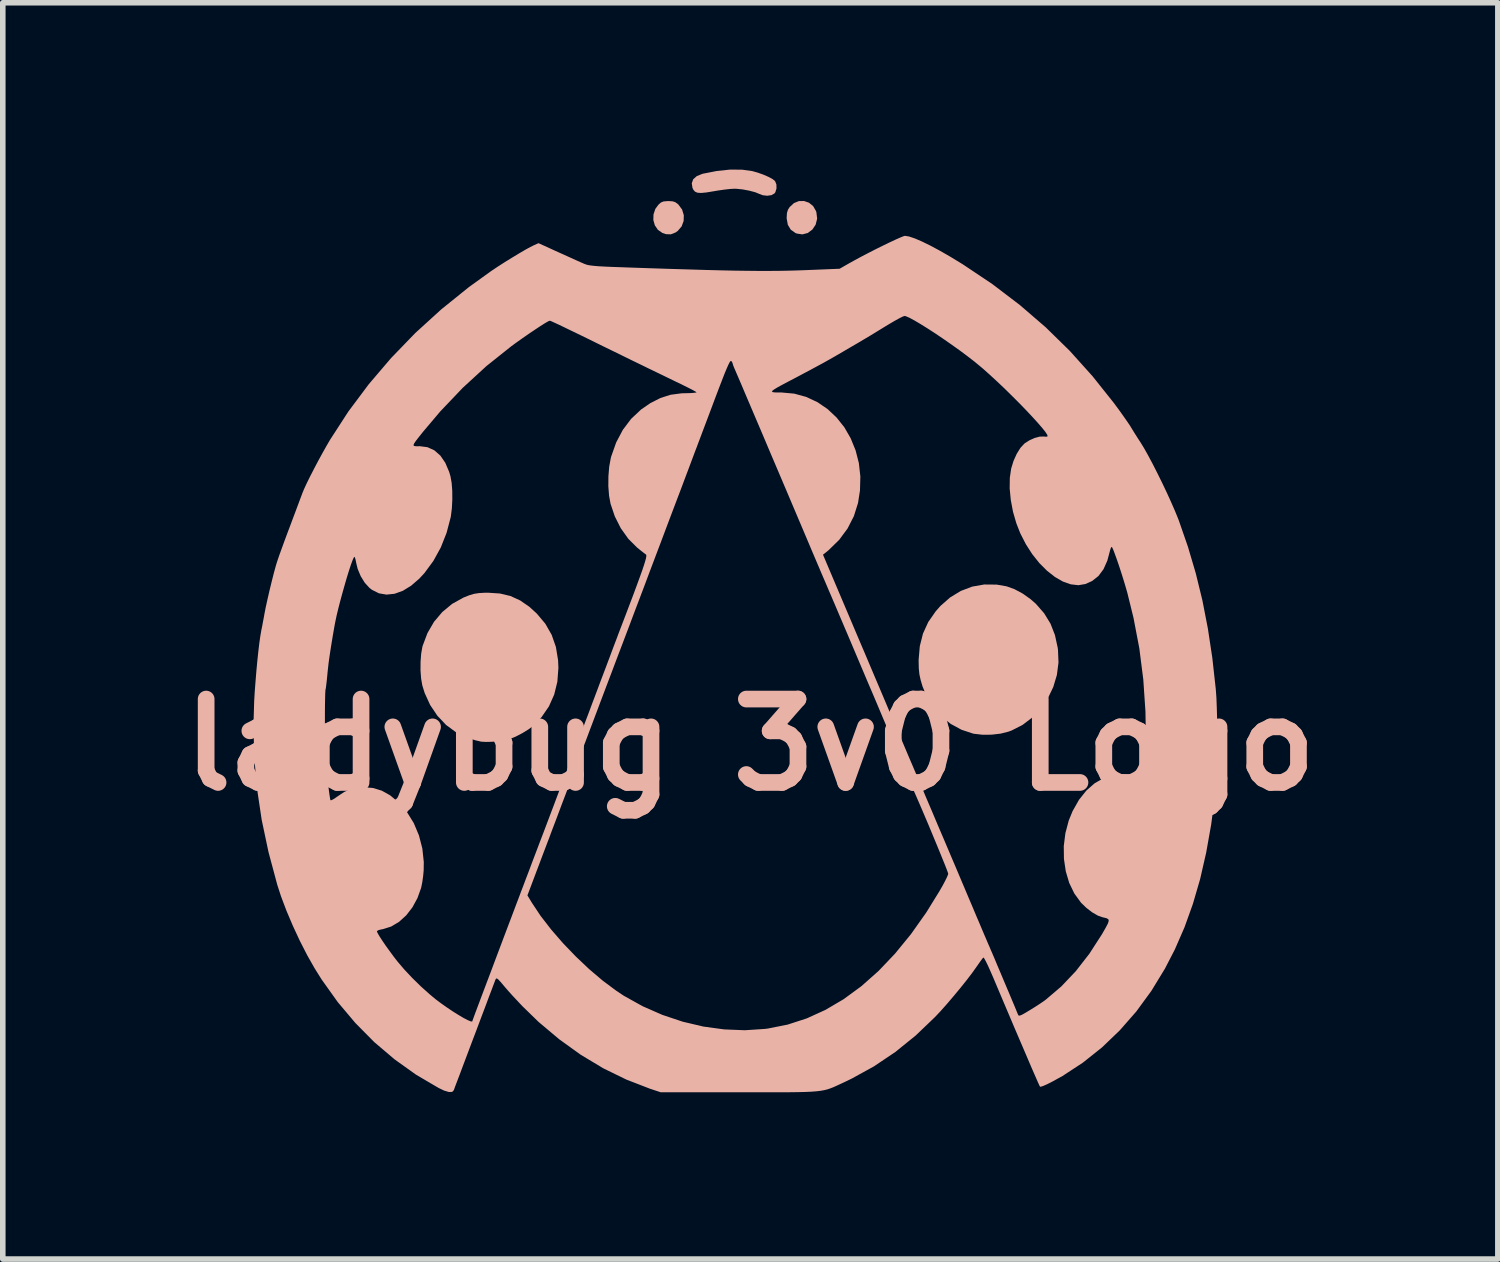
<source format=kicad_pcb>
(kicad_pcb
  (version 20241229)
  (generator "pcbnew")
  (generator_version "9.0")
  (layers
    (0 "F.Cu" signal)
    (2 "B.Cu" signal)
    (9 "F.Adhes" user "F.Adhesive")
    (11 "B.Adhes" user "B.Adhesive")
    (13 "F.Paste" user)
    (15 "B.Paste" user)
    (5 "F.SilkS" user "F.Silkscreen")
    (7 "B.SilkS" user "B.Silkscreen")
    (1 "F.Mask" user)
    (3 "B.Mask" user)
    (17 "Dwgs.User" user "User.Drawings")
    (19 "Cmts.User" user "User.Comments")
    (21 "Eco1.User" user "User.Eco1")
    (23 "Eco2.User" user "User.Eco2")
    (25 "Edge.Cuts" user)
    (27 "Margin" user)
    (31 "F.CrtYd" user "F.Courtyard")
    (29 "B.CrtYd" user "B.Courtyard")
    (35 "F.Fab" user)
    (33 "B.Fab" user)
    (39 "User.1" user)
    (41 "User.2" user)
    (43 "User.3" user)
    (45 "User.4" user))
  (footprint "ladybug 3v0 Logo"
    (layer "F.Cu")
    (at 10.443 10.343)
    (property "Reference" "ladybug 3v0 Logo" (at 0 0 0) (layer "B.SilkS") (effects (font (size 1.5 1.5) (thickness 0.3))))
    (attr board_only exclude_from_pos_files exclude_from_bom)
    (fp_poly (pts (xy 1.054 -9.748) (xy 1.129 -9.688) (xy 1.181 -9.598) (xy 1.188 -9.577) (xy 1.202 -9.462) (xy 1.175 -9.353) (xy 1.116 -9.265) (xy 1.033 -9.203) (xy 0.936 -9.178) (xy 0.836 -9.193) (xy 0.813 -9.202) (xy 0.728 -9.262) (xy 0.675 -9.349) (xy 0.654 -9.463) (xy 0.654 -9.481) (xy 0.659 -9.563) (xy 0.678 -9.624) (xy 0.708 -9.67) (xy 0.785 -9.741) (xy 0.874 -9.777) (xy 0.966 -9.778)) (stroke (width 0) (type solid)) (fill yes) (layer "B.SilkS"))
    (fp_poly (pts (xy -1.399 -9.773) (xy -1.349 -9.757) (xy -1.304 -9.724) (xy -1.293 -9.714) (xy -1.227 -9.625) (xy -1.196 -9.523) (xy -1.199 -9.42) (xy -1.235 -9.322) (xy -1.304 -9.241) (xy -1.341 -9.214) (xy -1.428 -9.179) (xy -1.517 -9.182) (xy -1.58 -9.203) (xy -1.662 -9.26) (xy -1.717 -9.341) (xy -1.744 -9.437) (xy -1.741 -9.538) (xy -1.708 -9.636) (xy -1.653 -9.711) (xy -1.608 -9.751) (xy -1.563 -9.77) (xy -1.499 -9.776) (xy -1.473 -9.777)) (stroke (width 0) (type solid)) (fill yes) (layer "B.SilkS"))
    (fp_poly (pts (xy -0.15 -10.342) (xy 0.032 -10.317) (xy 0.129 -10.29) (xy 0.23 -10.254) (xy 0.323 -10.214) (xy 0.398 -10.174) (xy 0.443 -10.139) (xy 0.444 -10.138) (xy 0.469 -10.078) (xy 0.471 -10.004) (xy 0.45 -9.936) (xy 0.435 -9.915) (xy 0.381 -9.884) (xy 0.306 -9.873) (xy 0.224 -9.882) (xy 0.166 -9.904) (xy 0.088 -9.936) (xy -0.018 -9.964) (xy -0.134 -9.986) (xy -0.246 -9.998) (xy -0.286 -9.999) (xy -0.36 -9.995) (xy -0.46 -9.984) (xy -0.573 -9.968) (xy -0.662 -9.953) (xy -0.79 -9.932) (xy -0.884 -9.923) (xy -0.95 -9.927) (xy -0.995 -9.947) (xy -1.025 -9.982) (xy -1.04 -10.014) (xy -1.053 -10.097) (xy -1.027 -10.169) (xy -0.963 -10.226) (xy -0.864 -10.266) (xy -0.853 -10.269) (xy -0.603 -10.318) (xy -0.366 -10.343)) (stroke (width 0) (type solid)) (fill yes) (layer "B.SilkS"))
    (fp_poly (pts (xy 4.43 -2.88) (xy 4.608 -2.849) (xy 4.748 -2.799) (xy 4.896 -2.72) (xy 5.039 -2.619) (xy 5.136 -2.534) (xy 5.285 -2.363) (xy 5.398 -2.178) (xy 5.478 -1.974) (xy 5.528 -1.744) (xy 5.533 -1.705) (xy 5.542 -1.478) (xy 5.513 -1.254) (xy 5.448 -1.038) (xy 5.351 -0.836) (xy 5.225 -0.652) (xy 5.072 -0.491) (xy 4.896 -0.357) (xy 4.7 -0.257) (xy 4.644 -0.236) (xy 4.501 -0.2) (xy 4.338 -0.181) (xy 4.174 -0.18) (xy 4.026 -0.197) (xy 4.008 -0.2) (xy 3.797 -0.27) (xy 3.604 -0.375) (xy 3.432 -0.514) (xy 3.286 -0.681) (xy 3.169 -0.874) (xy 3.097 -1.049) (xy 3.063 -1.164) (xy 3.041 -1.265) (xy 3.03 -1.371) (xy 3.027 -1.498) (xy 3.027 -1.529) (xy 3.048 -1.773) (xy 3.105 -1.999) (xy 3.2 -2.207) (xy 3.335 -2.401) (xy 3.419 -2.496) (xy 3.593 -2.649) (xy 3.785 -2.766) (xy 3.991 -2.844) (xy 4.207 -2.882)) (stroke (width 0) (type solid)) (fill yes) (layer "B.SilkS"))
    (fp_poly (pts (xy -4.503 -2.72) (xy -4.314 -2.675) (xy -4.139 -2.595) (xy -3.971 -2.479) (xy -3.838 -2.357) (xy -3.686 -2.176) (xy -3.572 -1.976) (xy -3.496 -1.758) (xy -3.457 -1.52) (xy -3.451 -1.382) (xy -3.47 -1.133) (xy -3.527 -0.902) (xy -3.622 -0.689) (xy -3.755 -0.496) (xy -3.898 -0.346) (xy -3.985 -0.279) (xy -4.097 -0.21) (xy -4.218 -0.147) (xy -4.332 -0.1) (xy -4.375 -0.087) (xy -4.45 -0.072) (xy -4.549 -0.061) (xy -4.657 -0.053) (xy -4.757 -0.051) (xy -4.833 -0.055) (xy -4.841 -0.056) (xy -4.944 -0.08) (xy -5.064 -0.119) (xy -5.184 -0.168) (xy -5.283 -0.219) (xy -5.288 -0.221) (xy -5.47 -0.355) (xy -5.627 -0.521) (xy -5.757 -0.714) (xy -5.856 -0.93) (xy -5.899 -1.069) (xy -5.92 -1.191) (xy -5.931 -1.337) (xy -5.93 -1.491) (xy -5.919 -1.638) (xy -5.897 -1.762) (xy -5.892 -1.78) (xy -5.806 -2.008) (xy -5.688 -2.211) (xy -5.539 -2.387) (xy -5.363 -2.533) (xy -5.16 -2.646) (xy -5.052 -2.689) (xy -4.968 -2.714) (xy -4.876 -2.728) (xy -4.763 -2.734) (xy -4.714 -2.734)) (stroke (width 0) (type solid)) (fill yes) (layer "B.SilkS"))
    (fp_poly (pts (xy 2.855 -9.14) (xy 2.959 -9.105) (xy 3.089 -9.049) (xy 3.242 -8.974) (xy 3.413 -8.882) (xy 3.599 -8.775) (xy 3.796 -8.655) (xy 3.824 -8.638) (xy 4.354 -8.283) (xy 4.848 -7.907) (xy 5.311 -7.508) (xy 5.745 -7.083) (xy 6.154 -6.628) (xy 6.542 -6.141) (xy 6.548 -6.132) (xy 6.629 -6.023) (xy 6.706 -5.915) (xy 6.776 -5.815) (xy 6.83 -5.735) (xy 6.852 -5.698) (xy 6.907 -5.609) (xy 6.967 -5.514) (xy 7.013 -5.444) (xy 7.074 -5.345) (xy 7.148 -5.214) (xy 7.231 -5.059) (xy 7.318 -4.888) (xy 7.407 -4.708) (xy 7.493 -4.527) (xy 7.572 -4.353) (xy 7.642 -4.192) (xy 7.698 -4.054) (xy 7.705 -4.036) (xy 7.87 -3.56) (xy 8.011 -3.083) (xy 8.13 -2.596) (xy 8.228 -2.092) (xy 8.308 -1.565) (xy 8.37 -1.005) (xy 8.371 -0.996) (xy 8.382 -0.844) (xy 8.389 -0.66) (xy 8.395 -0.452) (xy 8.397 -0.23) (xy 8.396 -0.001) (xy 8.393 0.225) (xy 8.387 0.44) (xy 8.379 0.635) (xy 8.368 0.803) (xy 8.359 0.89) (xy 8.288 1.433) (xy 8.198 1.94) (xy 8.089 2.416) (xy 7.959 2.862) (xy 7.808 3.283) (xy 7.634 3.682) (xy 7.457 4.025) (xy 7.213 4.425) (xy 6.942 4.796) (xy 6.644 5.136) (xy 6.323 5.444) (xy 5.979 5.718) (xy 5.614 5.957) (xy 5.414 6.067) (xy 5.333 6.107) (xy 5.267 6.136) (xy 5.222 6.15) (xy 5.21 6.149) (xy 5.198 6.126) (xy 5.171 6.067) (xy 5.131 5.975) (xy 5.077 5.852) (xy 5.012 5.701) (xy 4.937 5.525) (xy 4.852 5.327) (xy 4.759 5.11) (xy 4.66 4.876) (xy 4.555 4.629) (xy 4.446 4.371) (xy 4.365 4.179) (xy 4.315 4.065) (xy 4.271 3.967) (xy 4.233 3.89) (xy 4.206 3.841) (xy 4.192 3.825) (xy 4.192 3.826) (xy 4.172 3.847) (xy 4.136 3.896) (xy 4.089 3.963) (xy 4.063 4) (xy 3.989 4.104) (xy 3.892 4.231) (xy 3.78 4.371) (xy 3.659 4.517) (xy 3.537 4.66) (xy 3.42 4.792) (xy 3.322 4.896) (xy 2.975 5.228) (xy 2.608 5.525) (xy 2.223 5.784) (xy 1.823 6.004) (xy 1.705 6.061) (xy 1.628 6.097) (xy 1.561 6.128) (xy 1.502 6.155) (xy 1.446 6.177) (xy 1.391 6.196) (xy 1.331 6.211) (xy 1.265 6.223) (xy 1.188 6.232) (xy 1.097 6.239) (xy 0.987 6.244) (xy 0.857 6.247) (xy 0.701 6.249) (xy 0.517 6.25) (xy 0.3 6.25) (xy 0.048 6.249) (xy -0.193 6.249) (xy -1.614 6.249) (xy -1.806 6.185) (xy -2.23 6.021) (xy -2.645 5.818) (xy -3.048 5.576) (xy -3.436 5.297) (xy -3.807 4.985) (xy -4.101 4.699) (xy -4.189 4.605) (xy -4.279 4.509) (xy -4.359 4.42) (xy -4.42 4.349) (xy -4.427 4.341) (xy -4.489 4.267) (xy -4.53 4.223) (xy -4.556 4.203) (xy -4.572 4.205) (xy -4.583 4.225) (xy -4.586 4.231) (xy -4.596 4.258) (xy -4.62 4.321) (xy -4.655 4.415) (xy -4.701 4.535) (xy -4.754 4.678) (xy -4.815 4.839) (xy -4.881 5.014) (xy -4.919 5.116) (xy -4.989 5.3) (xy -5.055 5.475) (xy -5.116 5.637) (xy -5.17 5.78) (xy -5.215 5.901) (xy -5.25 5.993) (xy -5.273 6.053) (xy -5.279 6.069) (xy -5.305 6.137) (xy -5.325 6.192) (xy -5.332 6.212) (xy -5.361 6.243) (xy -5.42 6.245) (xy -5.507 6.219) (xy -5.605 6.172) (xy -6.012 5.933) (xy -6.398 5.657) (xy -6.763 5.347) (xy -7.103 5.003) (xy -7.419 4.628) (xy -7.708 4.223) (xy -7.834 4.022) (xy -7.968 3.786) (xy -8.101 3.526) (xy -8.227 3.255) (xy -8.342 2.984) (xy -8.44 2.724) (xy -8.506 2.521) (xy -8.665 1.928) (xy -8.787 1.35) (xy -8.872 0.781) (xy -8.921 0.216) (xy -8.935 -0.349) (xy -8.934 -0.387) (xy -7.65 -0.387) (xy -7.65 -0.174) (xy -7.647 0.006) (xy -7.642 0.163) (xy -7.633 0.307) (xy -7.621 0.448) (xy -7.607 0.59) (xy -7.592 0.715) (xy -7.578 0.825) (xy -7.566 0.913) (xy -7.556 0.973) (xy -7.551 0.998) (xy -7.53 0.996) (xy -7.485 0.972) (xy -7.429 0.933) (xy -7.303 0.849) (xy -7.184 0.795) (xy -7.061 0.768) (xy -6.953 0.763) (xy -6.782 0.778) (xy -6.627 0.826) (xy -6.478 0.909) (xy -6.33 1.032) (xy -6.327 1.035) (xy -6.176 1.208) (xy -6.052 1.409) (xy -5.959 1.63) (xy -5.898 1.866) (xy -5.872 2.109) (xy -5.874 2.259) (xy -5.884 2.365) (xy -5.899 2.472) (xy -5.917 2.561) (xy -5.92 2.574) (xy -5.986 2.758) (xy -6.077 2.925) (xy -6.189 3.069) (xy -6.317 3.185) (xy -6.458 3.269) (xy -6.607 3.316) (xy -6.632 3.32) (xy -6.685 3.333) (xy -6.714 3.351) (xy -6.715 3.357) (xy -6.703 3.386) (xy -6.67 3.443) (xy -6.62 3.52) (xy -6.558 3.611) (xy -6.488 3.708) (xy -6.416 3.806) (xy -6.345 3.898) (xy -6.345 3.898) (xy -6.224 4.04) (xy -6.079 4.194) (xy -5.923 4.347) (xy -5.767 4.487) (xy -5.66 4.576) (xy -5.56 4.651) (xy -5.455 4.725) (xy -5.349 4.796) (xy -5.248 4.859) (xy -5.157 4.913) (xy -5.082 4.952) (xy -5.028 4.975) (xy -5.001 4.977) (xy -5 4.973) (xy -4.993 4.952) (xy -4.975 4.903) (xy -4.96 4.862) (xy -4.937 4.8) (xy -4.902 4.707) (xy -4.857 4.587) (xy -4.804 4.446) (xy -4.744 4.287) (xy -4.679 4.116) (xy -4.612 3.937) (xy -4.544 3.756) (xy -4.476 3.576) (xy -4.411 3.403) (xy -4.35 3.242) (xy -4.295 3.097) (xy -4.248 2.973) (xy -4.211 2.874) (xy -4.185 2.806) (xy -4.173 2.775) (xy -4.157 2.732) (xy -4.148 2.709) (xy -4.008 2.709) (xy -3.927 2.843) (xy -3.771 3.078) (xy -3.582 3.322) (xy -3.369 3.568) (xy -3.138 3.808) (xy -2.897 4.036) (xy -2.653 4.243) (xy -2.413 4.422) (xy -2.278 4.512) (xy -1.939 4.701) (xy -1.584 4.857) (xy -1.217 4.98) (xy -0.844 5.068) (xy -0.469 5.119) (xy -0.098 5.134) (xy 0.264 5.11) (xy 0.318 5.103) (xy 0.67 5.033) (xy 1.015 4.921) (xy 1.351 4.768) (xy 1.679 4.575) (xy 1.997 4.342) (xy 2.305 4.069) (xy 2.602 3.757) (xy 2.889 3.406) (xy 3.164 3.017) (xy 3.4 2.635) (xy 3.457 2.536) (xy 3.504 2.447) (xy 3.539 2.376) (xy 3.557 2.33) (xy 3.559 2.32) (xy 3.551 2.294) (xy 3.529 2.234) (xy 3.494 2.145) (xy 3.448 2.032) (xy 3.395 1.901) (xy 3.335 1.756) (xy 3.271 1.602) (xy 3.206 1.445) (xy 3.14 1.29) (xy 3.077 1.142) (xy 3.018 1.005) (xy 2.966 0.886) (xy 2.944 0.837) (xy 2.933 0.809) (xy 2.906 0.746) (xy 2.866 0.653) (xy 2.815 0.533) (xy 2.754 0.389) (xy 2.686 0.228) (xy 2.611 0.051) (xy 2.54 -0.117) (xy 2.468 -0.287) (xy 2.388 -0.475) (xy 2.303 -0.677) (xy 2.214 -0.888) (xy 2.121 -1.105) (xy 2.028 -1.325) (xy 1.936 -1.542) (xy 1.846 -1.755) (xy 1.76 -1.958) (xy 1.679 -2.148) (xy 1.605 -2.322) (xy 1.54 -2.475) (xy 1.485 -2.604) (xy 1.442 -2.705) (xy 1.412 -2.774) (xy 1.398 -2.807) (xy 1.387 -2.833) (xy 1.374 -2.864) (xy 1.357 -2.904) (xy 1.335 -2.955) (xy 1.307 -3.02) (xy 1.271 -3.104) (xy 1.227 -3.208) (xy 1.172 -3.337) (xy 1.106 -3.492) (xy 1.027 -3.679) (xy 0.934 -3.899) (xy 0.858 -4.078) (xy 0.675 -4.51) (xy 0.508 -4.903) (xy 0.357 -5.258) (xy 0.223 -5.575) (xy 0.104 -5.854) (xy 0.001 -6.096) (xy -0.086 -6.3) (xy -0.107 -6.35) (xy 0.389 -6.35) (xy 0.404 -6.341) (xy 0.441 -6.336) (xy 0.497 -6.335) (xy 0.561 -6.335) (xy 0.791 -6.314) (xy 1.006 -6.255) (xy 1.207 -6.161) (xy 1.389 -6.037) (xy 1.551 -5.885) (xy 1.691 -5.709) (xy 1.805 -5.511) (xy 1.893 -5.295) (xy 1.952 -5.065) (xy 1.979 -4.823) (xy 1.972 -4.572) (xy 1.937 -4.348) (xy 1.862 -4.11) (xy 1.749 -3.889) (xy 1.598 -3.685) (xy 1.409 -3.5) (xy 1.358 -3.458) (xy 1.307 -3.418) (xy 1.594 -2.741) (xy 1.669 -2.564) (xy 1.757 -2.357) (xy 1.853 -2.13) (xy 1.954 -1.892) (xy 2.056 -1.653) (xy 2.154 -1.421) (xy 2.244 -1.208) (xy 2.321 -1.027) (xy 2.393 -0.857) (xy 2.458 -0.703) (xy 2.515 -0.568) (xy 2.563 -0.457) (xy 2.598 -0.373) (xy 2.62 -0.322) (xy 2.626 -0.307) (xy 2.631 -0.296) (xy 2.637 -0.284) (xy 2.643 -0.269) (xy 2.653 -0.247) (xy 2.667 -0.214) (xy 2.686 -0.169) (xy 2.713 -0.106) (xy 2.748 -0.024) (xy 2.793 0.082) (xy 2.849 0.215) (xy 2.919 0.378) (xy 3.002 0.574) (xy 3.069 0.731) (xy 3.159 0.944) (xy 3.262 1.185) (xy 3.372 1.446) (xy 3.487 1.715) (xy 3.6 1.982) (xy 3.709 2.238) (xy 3.808 2.473) (xy 3.824 2.51) (xy 3.921 2.74) (xy 4.003 2.933) (xy 4.071 3.095) (xy 4.128 3.228) (xy 4.173 3.335) (xy 4.209 3.42) (xy 4.238 3.487) (xy 4.26 3.539) (xy 4.277 3.579) (xy 4.291 3.611) (xy 4.301 3.633) (xy 4.321 3.681) (xy 4.354 3.757) (xy 4.397 3.858) (xy 4.446 3.976) (xy 4.501 4.105) (xy 4.558 4.241) (xy 4.615 4.376) (xy 4.67 4.506) (xy 4.719 4.623) (xy 4.761 4.723) (xy 4.792 4.799) (xy 4.811 4.845) (xy 4.816 4.856) (xy 4.826 4.87) (xy 4.846 4.871) (xy 4.884 4.856) (xy 4.945 4.822) (xy 5.023 4.775) (xy 5.117 4.717) (xy 5.208 4.658) (xy 5.284 4.606) (xy 5.315 4.583) (xy 5.592 4.347) (xy 5.853 4.072) (xy 6.096 3.76) (xy 6.321 3.412) (xy 6.387 3.297) (xy 6.429 3.218) (xy 6.446 3.167) (xy 6.438 3.137) (xy 6.402 3.118) (xy 6.337 3.103) (xy 6.249 3.072) (xy 6.147 3.013) (xy 6.043 2.933) (xy 5.947 2.84) (xy 5.827 2.675) (xy 5.735 2.485) (xy 5.673 2.276) (xy 5.64 2.053) (xy 5.637 1.822) (xy 5.666 1.591) (xy 5.726 1.364) (xy 5.795 1.195) (xy 5.91 0.991) (xy 6.043 0.824) (xy 6.192 0.693) (xy 6.356 0.599) (xy 6.533 0.545) (xy 6.694 0.53) (xy 6.799 0.538) (xy 6.904 0.558) (xy 6.993 0.587) (xy 7.049 0.619) (xy 7.081 0.631) (xy 7.092 0.626) (xy 7.096 0.602) (xy 7.1 0.541) (xy 7.105 0.448) (xy 7.108 0.329) (xy 7.112 0.19) (xy 7.114 0.036) (xy 7.115 0.003) (xy 7.106 -0.596) (xy 7.067 -1.173) (xy 6.996 -1.732) (xy 6.891 -2.282) (xy 6.78 -2.733) (xy 6.747 -2.847) (xy 6.71 -2.97) (xy 6.67 -3.097) (xy 6.63 -3.22) (xy 6.591 -3.333) (xy 6.556 -3.43) (xy 6.528 -3.504) (xy 6.507 -3.549) (xy 6.499 -3.559) (xy 6.484 -3.541) (xy 6.471 -3.501) (xy 6.42 -3.31) (xy 6.351 -3.156) (xy 6.261 -3.035) (xy 6.149 -2.946) (xy 6.029 -2.891) (xy 5.9 -2.869) (xy 5.763 -2.885) (xy 5.621 -2.935) (xy 5.477 -3.018) (xy 5.336 -3.129) (xy 5.199 -3.266) (xy 5.071 -3.426) (xy 4.956 -3.605) (xy 4.855 -3.802) (xy 4.784 -3.983) (xy 4.724 -4.19) (xy 4.684 -4.403) (xy 4.664 -4.611) (xy 4.667 -4.803) (xy 4.691 -4.966) (xy 4.733 -5.103) (xy 4.79 -5.23) (xy 4.857 -5.338) (xy 4.928 -5.415) (xy 4.934 -5.42) (xy 5.02 -5.475) (xy 5.114 -5.517) (xy 5.204 -5.541) (xy 5.275 -5.543) (xy 5.276 -5.543) (xy 5.322 -5.539) (xy 5.347 -5.547) (xy 5.34 -5.574) (xy 5.306 -5.626) (xy 5.247 -5.7) (xy 5.167 -5.792) (xy 5.07 -5.899) (xy 4.959 -6.017) (xy 4.838 -6.142) (xy 4.709 -6.271) (xy 4.577 -6.401) (xy 4.444 -6.527) (xy 4.314 -6.647) (xy 4.191 -6.757) (xy 4.14 -6.8) (xy 4.03 -6.891) (xy 3.903 -6.989) (xy 3.765 -7.092) (xy 3.619 -7.196) (xy 3.471 -7.299) (xy 3.326 -7.397) (xy 3.187 -7.487) (xy 3.06 -7.566) (xy 2.95 -7.631) (xy 2.861 -7.679) (xy 2.798 -7.706) (xy 2.773 -7.711) (xy 2.741 -7.7) (xy 2.681 -7.67) (xy 2.599 -7.625) (xy 2.502 -7.568) (xy 2.429 -7.524) (xy 2.305 -7.448) (xy 2.171 -7.366) (xy 2.04 -7.288) (xy 1.927 -7.221) (xy 1.896 -7.203) (xy 1.786 -7.139) (xy 1.67 -7.071) (xy 1.562 -7.008) (xy 1.493 -6.968) (xy 1.424 -6.929) (xy 1.326 -6.874) (xy 1.206 -6.809) (xy 1.073 -6.737) (xy 0.935 -6.664) (xy 0.879 -6.634) (xy 0.717 -6.549) (xy 0.59 -6.482) (xy 0.496 -6.431) (xy 0.433 -6.393) (xy 0.398 -6.367) (xy 0.389 -6.35) (xy -0.107 -6.35) (xy -0.157 -6.468) (xy -0.213 -6.599) (xy -0.254 -6.694) (xy -0.279 -6.753) (xy -0.288 -6.772) (xy -0.308 -6.823) (xy -0.318 -6.857) (xy -0.318 -6.859) (xy -0.332 -6.889) (xy -0.345 -6.902) (xy -0.355 -6.901) (xy -0.371 -6.88) (xy -0.393 -6.837) (xy -0.423 -6.77) (xy -0.463 -6.674) (xy -0.512 -6.548) (xy -0.574 -6.387) (xy -0.647 -6.194) (xy -0.711 -6.023) (xy -0.772 -5.861) (xy -0.828 -5.713) (xy -0.877 -5.583) (xy -0.916 -5.479) (xy -0.945 -5.403) (xy -0.959 -5.364) (xy -0.989 -5.287) (xy -1.017 -5.212) (xy -1.025 -5.19) (xy -1.062 -5.092) (xy -1.112 -4.958) (xy -1.174 -4.794) (xy -1.246 -4.602) (xy -1.327 -4.389) (xy -1.415 -4.157) (xy -1.508 -3.911) (xy -1.604 -3.655) (xy -1.703 -3.394) (xy -1.802 -3.132) (xy -1.899 -2.873) (xy -1.994 -2.622) (xy -2.085 -2.383) (xy -2.169 -2.159) (xy -2.246 -1.956) (xy -2.309 -1.79) (xy -2.389 -1.58) (xy -2.464 -1.381) (xy -2.534 -1.196) (xy -2.598 -1.028) (xy -2.653 -0.882) (xy -2.699 -0.761) (xy -2.733 -0.67) (xy -2.755 -0.612) (xy -2.762 -0.593) (xy -2.775 -0.559) (xy -2.801 -0.49) (xy -2.839 -0.389) (xy -2.888 -0.26) (xy -2.945 -0.108) (xy -3.01 0.063) (xy -3.08 0.25) (xy -3.155 0.448) (xy -3.178 0.508) (xy -3.253 0.709) (xy -3.325 0.9) (xy -3.392 1.076) (xy -3.451 1.234) (xy -3.502 1.37) (xy -3.544 1.48) (xy -3.574 1.559) (xy -3.591 1.604) (xy -3.593 1.61) (xy -3.617 1.675) (xy -3.648 1.755) (xy -3.661 1.79) (xy -3.681 1.843) (xy -3.713 1.927) (xy -3.754 2.035) (xy -3.8 2.158) (xy -3.85 2.289) (xy -3.855 2.303) (xy -4.008 2.709) (xy -4.148 2.709) (xy -4.128 2.654) (xy -4.087 2.548) (xy -4.038 2.417) (xy -3.98 2.266) (xy -3.918 2.1) (xy -3.851 1.924) (xy -3.782 1.742) (xy -3.712 1.559) (xy -3.644 1.379) (xy -3.579 1.207) (xy -3.519 1.048) (xy -3.466 0.907) (xy -3.421 0.788) (xy -3.386 0.696) (xy -3.363 0.636) (xy -3.355 0.614) (xy -3.331 0.549) (xy -3.301 0.47) (xy -3.287 0.434) (xy -3.273 0.397) (xy -3.246 0.324) (xy -3.207 0.221) (xy -3.158 0.093) (xy -3.102 -0.057) (xy -3.039 -0.223) (xy -2.972 -0.401) (xy -2.902 -0.585) (xy -2.832 -0.773) (xy -2.762 -0.958) (xy -2.695 -1.137) (xy -2.632 -1.303) (xy -2.575 -1.454) (xy -2.526 -1.584) (xy -2.487 -1.689) (xy -2.459 -1.764) (xy -2.445 -1.801) (xy -2.42 -1.866) (xy -2.39 -1.945) (xy -2.377 -1.981) (xy -2.271 -2.258) (xy -2.18 -2.497) (xy -2.102 -2.703) (xy -2.038 -2.876) (xy -1.985 -3.021) (xy -1.943 -3.138) (xy -1.912 -3.231) (xy -1.89 -3.303) (xy -1.876 -3.355) (xy -1.87 -3.39) (xy -1.871 -3.412) (xy -1.876 -3.421) (xy -1.909 -3.445) (xy -1.963 -3.487) (xy -2.028 -3.54) (xy -2.038 -3.548) (xy -2.194 -3.704) (xy -2.329 -3.893) (xy -2.437 -4.107) (xy -2.513 -4.332) (xy -2.54 -4.477) (xy -2.553 -4.646) (xy -2.552 -4.825) (xy -2.538 -4.998) (xy -2.51 -5.151) (xy -2.503 -5.18) (xy -2.412 -5.437) (xy -2.292 -5.664) (xy -2.143 -5.861) (xy -1.964 -6.029) (xy -1.8 -6.142) (xy -1.616 -6.236) (xy -1.433 -6.294) (xy -1.237 -6.32) (xy -1.162 -6.322) (xy -1.076 -6.324) (xy -1.01 -6.329) (xy -0.972 -6.335) (xy -0.967 -6.339) (xy -0.989 -6.353) (xy -1.041 -6.382) (xy -1.117 -6.421) (xy -1.21 -6.467) (xy -1.235 -6.48) (xy -1.344 -6.532) (xy -1.478 -6.597) (xy -1.624 -6.668) (xy -1.769 -6.738) (xy -1.854 -6.779) (xy -1.962 -6.832) (xy -2.101 -6.899) (xy -2.262 -6.978) (xy -2.437 -7.064) (xy -2.62 -7.153) (xy -2.801 -7.242) (xy -2.898 -7.29) (xy -3.056 -7.367) (xy -3.203 -7.438) (xy -3.333 -7.501) (xy -3.443 -7.554) (xy -3.528 -7.593) (xy -3.583 -7.618) (xy -3.605 -7.626) (xy -3.634 -7.615) (xy -3.691 -7.582) (xy -3.772 -7.531) (xy -3.869 -7.467) (xy -3.979 -7.393) (xy -4.094 -7.313) (xy -4.21 -7.231) (xy -4.3 -7.165) (xy -4.745 -6.81) (xy -5.171 -6.419) (xy -5.575 -5.995) (xy -5.882 -5.632) (xy -5.962 -5.532) (xy -6.017 -5.461) (xy -6.048 -5.414) (xy -6.057 -5.386) (xy -6.045 -5.373) (xy -6.013 -5.368) (xy -5.962 -5.368) (xy -5.946 -5.369) (xy -5.806 -5.351) (xy -5.681 -5.294) (xy -5.574 -5.2) (xy -5.485 -5.07) (xy -5.415 -4.905) (xy -5.392 -4.827) (xy -5.371 -4.71) (xy -5.36 -4.567) (xy -5.359 -4.409) (xy -5.367 -4.252) (xy -5.385 -4.109) (xy -5.389 -4.088) (xy -5.462 -3.811) (xy -5.566 -3.548) (xy -5.7 -3.305) (xy -5.859 -3.089) (xy -5.953 -2.987) (xy -6.101 -2.859) (xy -6.25 -2.768) (xy -6.398 -2.715) (xy -6.542 -2.7) (xy -6.678 -2.723) (xy -6.804 -2.786) (xy -6.849 -2.821) (xy -6.933 -2.913) (xy -7.006 -3.031) (xy -7.061 -3.162) (xy -7.087 -3.269) (xy -7.099 -3.33) (xy -7.112 -3.371) (xy -7.118 -3.379) (xy -7.132 -3.365) (xy -7.154 -3.315) (xy -7.183 -3.236) (xy -7.217 -3.132) (xy -7.255 -3.01) (xy -7.294 -2.875) (xy -7.334 -2.733) (xy -7.373 -2.59) (xy -7.409 -2.451) (xy -7.44 -2.322) (xy -7.464 -2.208) (xy -7.477 -2.14) (xy -7.51 -1.951) (xy -7.535 -1.798) (xy -7.555 -1.671) (xy -7.571 -1.564) (xy -7.584 -1.469) (xy -7.594 -1.379) (xy -7.604 -1.287) (xy -7.605 -1.272) (xy -7.615 -1.17) (xy -7.625 -1.083) (xy -7.633 -1.021) (xy -7.639 -0.992) (xy -7.64 -0.991) (xy -7.642 -0.966) (xy -7.645 -0.905) (xy -7.647 -0.812) (xy -7.649 -0.694) (xy -7.65 -0.556) (xy -7.65 -0.403) (xy -7.65 -0.387) (xy -8.934 -0.387) (xy -8.922 -0.787) (xy -8.912 -0.955) (xy -8.898 -1.136) (xy -8.883 -1.32) (xy -8.866 -1.502) (xy -8.848 -1.672) (xy -8.83 -1.824) (xy -8.812 -1.951) (xy -8.796 -2.045) (xy -8.793 -2.062) (xy -8.78 -2.123) (xy -8.764 -2.21) (xy -8.745 -2.309) (xy -8.738 -2.351) (xy -8.715 -2.469) (xy -8.683 -2.614) (xy -8.646 -2.775) (xy -8.606 -2.939) (xy -8.567 -3.093) (xy -8.531 -3.224) (xy -8.516 -3.273) (xy -8.498 -3.328) (xy -8.468 -3.415) (xy -8.427 -3.528) (xy -8.379 -3.66) (xy -8.326 -3.803) (xy -8.282 -3.919) (xy -8.228 -4.064) (xy -8.177 -4.199) (xy -8.132 -4.32) (xy -8.095 -4.419) (xy -8.068 -4.49) (xy -8.056 -4.523) (xy -8.026 -4.596) (xy -7.979 -4.698) (xy -7.918 -4.822) (xy -7.847 -4.96) (xy -7.771 -5.105) (xy -7.692 -5.249) (xy -7.616 -5.384) (xy -7.557 -5.485) (xy -7.228 -5.993) (xy -6.861 -6.484) (xy -6.459 -6.955) (xy -6.024 -7.405) (xy -5.557 -7.83) (xy -5.061 -8.23) (xy -4.661 -8.518) (xy -4.546 -8.595) (xy -4.42 -8.676) (xy -4.289 -8.757) (xy -4.163 -8.833) (xy -4.049 -8.9) (xy -3.956 -8.951) (xy -3.898 -8.98) (xy -3.809 -9.02) (xy -3.657 -8.951) (xy -3.526 -8.891) (xy -3.391 -8.83) (xy -3.26 -8.771) (xy -3.141 -8.717) (xy -3.045 -8.674) (xy -2.987 -8.649) (xy -2.956 -8.637) (xy -2.92 -8.627) (xy -2.873 -8.619) (xy -2.811 -8.612) (xy -2.729 -8.605) (xy -2.621 -8.599) (xy -2.484 -8.593) (xy -2.311 -8.587) (xy -2.203 -8.583) (xy -1.795 -8.569) (xy -1.426 -8.557) (xy -1.093 -8.547) (xy -0.792 -8.538) (xy -0.521 -8.531) (xy -0.276 -8.526) (xy -0.055 -8.523) (xy 0.147 -8.521) (xy 0.333 -8.521) (xy 0.504 -8.522) (xy 0.666 -8.525) (xy 0.821 -8.529) (xy 0.967 -8.534) (xy 1.606 -8.56) (xy 1.772 -8.655) (xy 1.88 -8.715) (xy 2.002 -8.781) (xy 2.133 -8.849) (xy 2.266 -8.917) (xy 2.396 -8.981) (xy 2.516 -9.039) (xy 2.621 -9.088) (xy 2.705 -9.125) (xy 2.761 -9.147) (xy 2.781 -9.152)) (stroke (width 0) (type solid)) (fill yes) (layer "B.SilkS")))
  (gr_rect
    (start -3 -3)
    (end 23.886 19.592)
    (stroke (width 0.1) (type default))
    (fill no)
    (layer "Edge.Cuts")))
</source>
